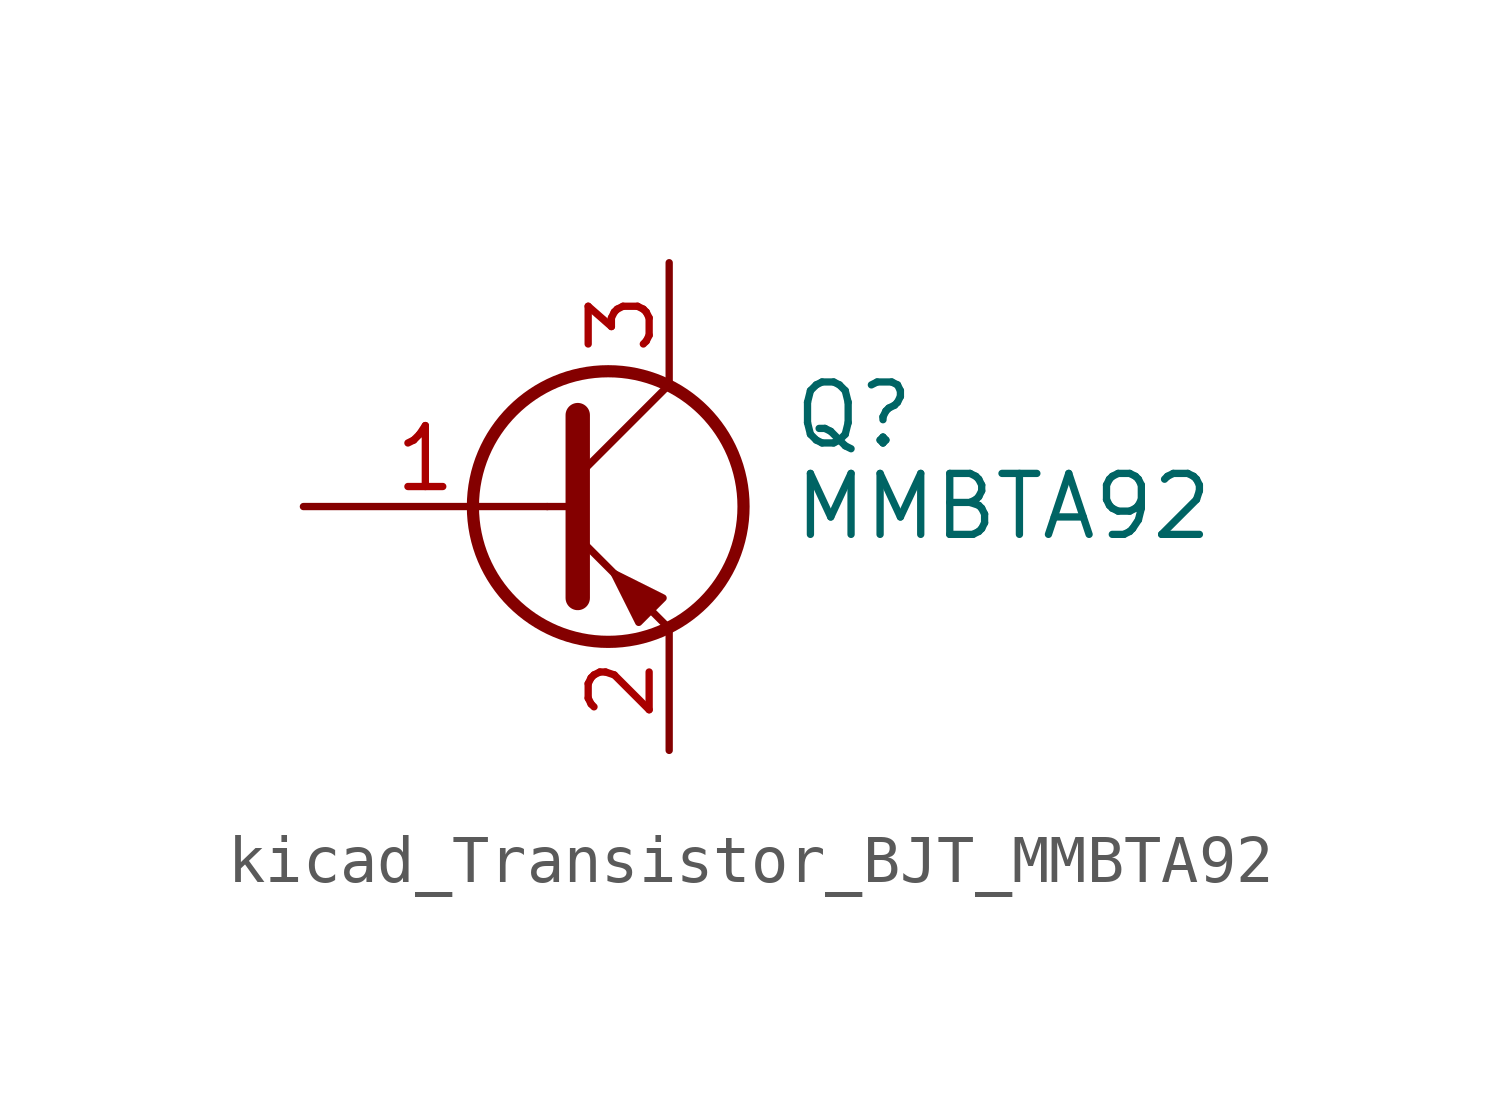
<source format=kicad_sym>
(kicad_symbol_lib
  (version 20220914)
  (generator kicad_symbol_editor)
  (symbol "kicad_Transistor_BJT_MMBTA92"
    (pin_names
      (offset 0) hide)
    (property "Reference" "Q"
      (at 5.08 1.905 0)
      (effects (font (size 1.27 1.27)) (justify left)))
    (property "Value" "MMBTA92"
      (at 5.08 0 0)
      (effects (font (size 1.27 1.27)) (justify left)))
    (symbol "kicad_Transistor_BJT_MMBTA92_0_1"
      (polyline (pts (xy 0 0) (xy 0.635 0)) (stroke (width 0) (type default)) (fill (type none)))
      (polyline (pts (xy 2.54 -2.54) (xy 0.635 -0.635)) (stroke (width 0) (type default)) (fill (type none)))
      (polyline (pts (xy 2.54 2.54) (xy 0.635 0.635)) (stroke (width 0) (type default)) (fill (type none)))
      (polyline (pts (xy 0.635 1.905) (xy 0.635 -1.905) (xy 0.635 -1.905)) (stroke (width 0.508) (type default)) (fill (type outline)))
      (polyline (pts (xy 1.905 -2.413) (xy 2.413 -1.905) (xy 1.397 -1.397) (xy 1.905 -2.413) (xy 1.905 -2.413)) (stroke (width 0) (type default)) (fill (type outline)))
      (circle (center 1.27 0) (radius 2.819) (stroke (width 0.254) (type default)) (fill (type none))))
    (symbol "kicad_Transistor_BJT_MMBTA92_1_1"
      (pin input line (at -5.08 0 0) (length 5.08) (name "B" (effects (font (size 1.27 1.27)))) (number "1" (effects (font (size 1.27 1.27)))))
      (pin passive line (at 2.54 -5.08 90) (length 2.54) (name "E" (effects (font (size 1.27 1.27)))) (number "2" (effects (font (size 1.27 1.27)))))
      (pin passive line (at 2.54 5.08 270) (length 2.54) (name "C" (effects (font (size 1.27 1.27)))) (number "3" (effects (font (size 1.27 1.27))))))))
</source>
